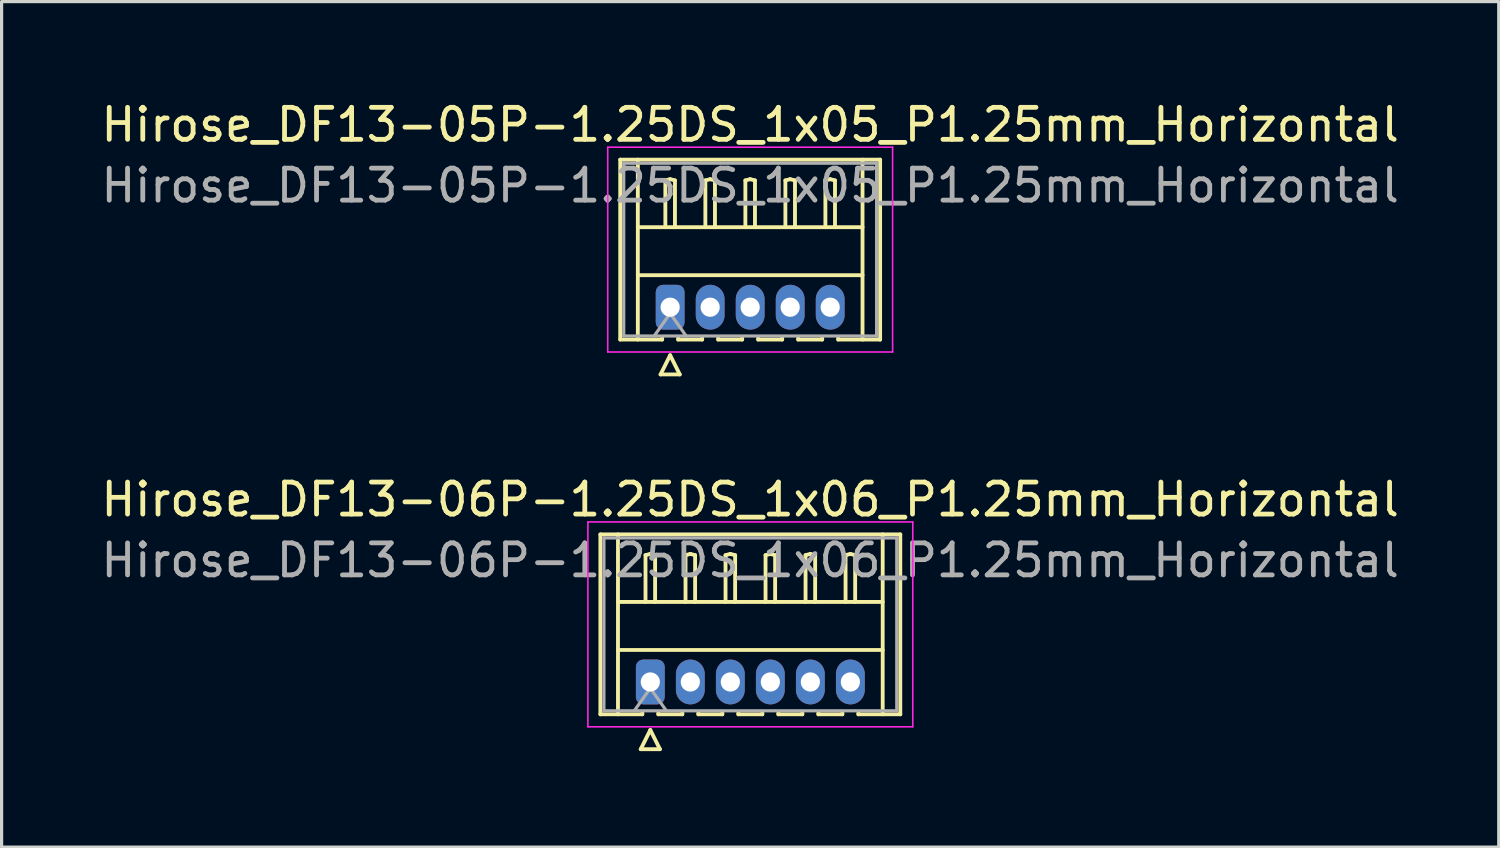
<source format=kicad_pcb>
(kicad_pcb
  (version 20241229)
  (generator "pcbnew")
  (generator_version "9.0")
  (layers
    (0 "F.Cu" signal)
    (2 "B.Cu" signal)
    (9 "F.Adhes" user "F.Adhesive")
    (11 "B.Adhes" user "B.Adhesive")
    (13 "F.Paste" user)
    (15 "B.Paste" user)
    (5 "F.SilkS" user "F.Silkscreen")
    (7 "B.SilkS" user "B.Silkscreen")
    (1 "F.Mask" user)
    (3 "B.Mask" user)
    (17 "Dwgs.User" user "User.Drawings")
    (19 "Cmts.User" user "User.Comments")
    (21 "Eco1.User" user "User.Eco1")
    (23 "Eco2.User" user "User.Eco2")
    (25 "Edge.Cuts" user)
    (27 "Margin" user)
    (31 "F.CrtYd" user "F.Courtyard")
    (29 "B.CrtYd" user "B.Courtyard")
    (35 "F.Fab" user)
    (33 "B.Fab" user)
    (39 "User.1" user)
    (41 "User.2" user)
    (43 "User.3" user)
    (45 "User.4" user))
  (footprint "Hirose_DF13-05P-1.25DS_1x05_P1.25mm_Horizontal"
    (layer "F.Cu")
    (at 17.887 6.548)
    (property "Reference" "Hirose_DF13-05P-1.25DS_1x05_P1.25mm_Horizontal" (at 2.5 -5.7 0) (layer "F.SilkS") (effects (font (size 1 1) (thickness 0.15))))
    (attr through_hole)
    (fp_line (start -1.56 -4.61) (end 6.56 -4.61) (stroke (width 0.12) (type solid)) (layer "F.SilkS"))
    (fp_line (start -1.56 1.01) (end -1.56 -4.61) (stroke (width 0.12) (type solid)) (layer "F.SilkS"))
    (fp_line (start -1.01 -4.61) (end -1.01 1.01) (stroke (width 0.12) (type solid)) (layer "F.SilkS"))
    (fp_line (start -1.01 -2.5) (end 6.01 -2.5) (stroke (width 0.12) (type solid)) (layer "F.SilkS"))
    (fp_line (start -1.01 -1) (end 6.01 -1) (stroke (width 0.12) (type solid)) (layer "F.SilkS"))
    (fp_line (start -0.3 2.1) (end 0.3 2.1) (stroke (width 0.12) (type solid)) (layer "F.SilkS"))
    (fp_line (start -0.25 0.96) (end -0.25 1.01) (stroke (width 0.12) (type solid)) (layer "F.SilkS"))
    (fp_line (start -0.25 1.01) (end -1.56 1.01) (stroke (width 0.12) (type solid)) (layer "F.SilkS"))
    (fp_line (start -0.15 -3.962) (end 0 -4) (stroke (width 0.12) (type solid)) (layer "F.SilkS"))
    (fp_line (start -0.15 -2.5) (end -0.15 -3.962) (stroke (width 0.12) (type solid)) (layer "F.SilkS"))
    (fp_line (start 0 -4) (end 0.15 -3.962) (stroke (width 0.12) (type solid)) (layer "F.SilkS"))
    (fp_line (start 0 1.5) (end -0.3 2.1) (stroke (width 0.12) (type solid)) (layer "F.SilkS"))
    (fp_line (start 0.15 -3.962) (end 0.15 -2.5) (stroke (width 0.12) (type solid)) (layer "F.SilkS"))
    (fp_line (start 0.25 0.96) (end 0.25 1.01) (stroke (width 0.12) (type solid)) (layer "F.SilkS"))
    (fp_line (start 0.25 1.01) (end 1 1.01) (stroke (width 0.12) (type solid)) (layer "F.SilkS"))
    (fp_line (start 0.3 2.1) (end 0 1.5) (stroke (width 0.12) (type solid)) (layer "F.SilkS"))
    (fp_line (start 1 1.01) (end 1 0.96) (stroke (width 0.12) (type solid)) (layer "F.SilkS"))
    (fp_line (start 1.1 -3.962) (end 1.25 -4) (stroke (width 0.12) (type solid)) (layer "F.SilkS"))
    (fp_line (start 1.1 -2.5) (end 1.1 -3.962) (stroke (width 0.12) (type solid)) (layer "F.SilkS"))
    (fp_line (start 1.25 -4) (end 1.4 -3.962) (stroke (width 0.12) (type solid)) (layer "F.SilkS"))
    (fp_line (start 1.4 -3.962) (end 1.4 -2.5) (stroke (width 0.12) (type solid)) (layer "F.SilkS"))
    (fp_line (start 1.5 0.96) (end 1.5 1.01) (stroke (width 0.12) (type solid)) (layer "F.SilkS"))
    (fp_line (start 1.5 1.01) (end 2.25 1.01) (stroke (width 0.12) (type solid)) (layer "F.SilkS"))
    (fp_line (start 2.25 1.01) (end 2.25 0.96) (stroke (width 0.12) (type solid)) (layer "F.SilkS"))
    (fp_line (start 2.35 -3.962) (end 2.5 -4) (stroke (width 0.12) (type solid)) (layer "F.SilkS"))
    (fp_line (start 2.35 -2.5) (end 2.35 -3.962) (stroke (width 0.12) (type solid)) (layer "F.SilkS"))
    (fp_line (start 2.5 -4) (end 2.65 -3.962) (stroke (width 0.12) (type solid)) (layer "F.SilkS"))
    (fp_line (start 2.65 -3.962) (end 2.65 -2.5) (stroke (width 0.12) (type solid)) (layer "F.SilkS"))
    (fp_line (start 2.75 0.96) (end 2.75 1.01) (stroke (width 0.12) (type solid)) (layer "F.SilkS"))
    (fp_line (start 2.75 1.01) (end 3.5 1.01) (stroke (width 0.12) (type solid)) (layer "F.SilkS"))
    (fp_line (start 3.5 1.01) (end 3.5 0.96) (stroke (width 0.12) (type solid)) (layer "F.SilkS"))
    (fp_line (start 3.6 -3.962) (end 3.75 -4) (stroke (width 0.12) (type solid)) (layer "F.SilkS"))
    (fp_line (start 3.6 -2.5) (end 3.6 -3.962) (stroke (width 0.12) (type solid)) (layer "F.SilkS"))
    (fp_line (start 3.75 -4) (end 3.9 -3.962) (stroke (width 0.12) (type solid)) (layer "F.SilkS"))
    (fp_line (start 3.9 -3.962) (end 3.9 -2.5) (stroke (width 0.12) (type solid)) (layer "F.SilkS"))
    (fp_line (start 4 0.96) (end 4 1.01) (stroke (width 0.12) (type solid)) (layer "F.SilkS"))
    (fp_line (start 4 1.01) (end 4.75 1.01) (stroke (width 0.12) (type solid)) (layer "F.SilkS"))
    (fp_line (start 4.75 1.01) (end 4.75 0.96) (stroke (width 0.12) (type solid)) (layer "F.SilkS"))
    (fp_line (start 4.85 -3.962) (end 5 -4) (stroke (width 0.12) (type solid)) (layer "F.SilkS"))
    (fp_line (start 4.85 -2.5) (end 4.85 -3.962) (stroke (width 0.12) (type solid)) (layer "F.SilkS"))
    (fp_line (start 5 -4) (end 5.15 -3.962) (stroke (width 0.12) (type solid)) (layer "F.SilkS"))
    (fp_line (start 5.15 -3.962) (end 5.15 -2.5) (stroke (width 0.12) (type solid)) (layer "F.SilkS"))
    (fp_line (start 5.25 1.01) (end 5.25 0.96) (stroke (width 0.12) (type solid)) (layer "F.SilkS"))
    (fp_line (start 6.01 -4.61) (end 6.01 1.01) (stroke (width 0.12) (type solid)) (layer "F.SilkS"))
    (fp_line (start 6.56 -4.61) (end 6.56 1.01) (stroke (width 0.12) (type solid)) (layer "F.SilkS"))
    (fp_line (start 6.56 1.01) (end 5.25 1.01) (stroke (width 0.12) (type solid)) (layer "F.SilkS"))
    (fp_line (start -1.95 -5) (end -1.95 1.4) (stroke (width 0.05) (type solid)) (layer "F.CrtYd"))
    (fp_line (start -1.95 1.4) (end 6.95 1.4) (stroke (width 0.05) (type solid)) (layer "F.CrtYd"))
    (fp_line (start 6.95 -5) (end -1.95 -5) (stroke (width 0.05) (type solid)) (layer "F.CrtYd"))
    (fp_line (start 6.95 1.4) (end 6.95 -5) (stroke (width 0.05) (type solid)) (layer "F.CrtYd"))
    (fp_line (start -1.45 -4.5) (end -1.45 0.9) (stroke (width 0.1) (type solid)) (layer "F.Fab"))
    (fp_line (start -1.45 0.9) (end 6.45 0.9) (stroke (width 0.1) (type solid)) (layer "F.Fab"))
    (fp_line (start -0.5 0.9) (end 0 0.193) (stroke (width 0.1) (type solid)) (layer "F.Fab"))
    (fp_line (start 0 0.193) (end 0.5 0.9) (stroke (width 0.1) (type solid)) (layer "F.Fab"))
    (fp_line (start 6.45 -4.5) (end -1.45 -4.5) (stroke (width 0.1) (type solid)) (layer "F.Fab"))
    (fp_line (start 6.45 0.9) (end 6.45 -4.5) (stroke (width 0.1) (type solid)) (layer "F.Fab"))
    (fp_text user "${REFERENCE}" (at 2.5 -3.8 0) (layer "F.Fab") (effects (font (size 1 1) (thickness 0.15))))
    (pad "1" thru_hole roundrect (at 0 0) (size 0.9 1.4) (drill 0.6) (layers "*.Cu" "*.Mask") (roundrect_rratio 0.25))
    (pad "2" thru_hole oval (at 1.25 0) (size 0.9 1.4) (drill 0.6) (layers "*.Cu" "*.Mask"))
    (pad "3" thru_hole oval (at 2.5 0) (size 0.9 1.4) (drill 0.6) (layers "*.Cu" "*.Mask"))
    (pad "4" thru_hole oval (at 3.75 0) (size 0.9 1.4) (drill 0.6) (layers "*.Cu" "*.Mask"))
    (pad "5" thru_hole oval (at 5 0) (size 0.9 1.4) (drill 0.6) (layers "*.Cu" "*.Mask")))
  (footprint "Hirose_DF13-06P-1.25DS_1x06_P1.25mm_Horizontal"
    (layer "F.Cu")
    (at 17.267 18.256)
    (property "Reference" "Hirose_DF13-06P-1.25DS_1x06_P1.25mm_Horizontal" (at 3.12 -5.7 0) (layer "F.SilkS") (effects (font (size 1 1) (thickness 0.15))))
    (attr through_hole)
    (fp_line (start -1.56 -4.61) (end 7.81 -4.61) (stroke (width 0.12) (type solid)) (layer "F.SilkS"))
    (fp_line (start -1.56 1.01) (end -1.56 -4.61) (stroke (width 0.12) (type solid)) (layer "F.SilkS"))
    (fp_line (start -1.01 -4.61) (end -1.01 1.01) (stroke (width 0.12) (type solid)) (layer "F.SilkS"))
    (fp_line (start -1.01 -2.5) (end 7.26 -2.5) (stroke (width 0.12) (type solid)) (layer "F.SilkS"))
    (fp_line (start -1.01 -1) (end 7.26 -1) (stroke (width 0.12) (type solid)) (layer "F.SilkS"))
    (fp_line (start -0.3 2.1) (end 0.3 2.1) (stroke (width 0.12) (type solid)) (layer "F.SilkS"))
    (fp_line (start -0.25 0.96) (end -0.25 1.01) (stroke (width 0.12) (type solid)) (layer "F.SilkS"))
    (fp_line (start -0.25 1.01) (end -1.56 1.01) (stroke (width 0.12) (type solid)) (layer "F.SilkS"))
    (fp_line (start -0.15 -3.962) (end 0 -4) (stroke (width 0.12) (type solid)) (layer "F.SilkS"))
    (fp_line (start -0.15 -2.5) (end -0.15 -3.962) (stroke (width 0.12) (type solid)) (layer "F.SilkS"))
    (fp_line (start 0 -4) (end 0.15 -3.962) (stroke (width 0.12) (type solid)) (layer "F.SilkS"))
    (fp_line (start 0 1.5) (end -0.3 2.1) (stroke (width 0.12) (type solid)) (layer "F.SilkS"))
    (fp_line (start 0.15 -3.962) (end 0.15 -2.5) (stroke (width 0.12) (type solid)) (layer "F.SilkS"))
    (fp_line (start 0.25 0.96) (end 0.25 1.01) (stroke (width 0.12) (type solid)) (layer "F.SilkS"))
    (fp_line (start 0.25 1.01) (end 1 1.01) (stroke (width 0.12) (type solid)) (layer "F.SilkS"))
    (fp_line (start 0.3 2.1) (end 0 1.5) (stroke (width 0.12) (type solid)) (layer "F.SilkS"))
    (fp_line (start 1 1.01) (end 1 0.96) (stroke (width 0.12) (type solid)) (layer "F.SilkS"))
    (fp_line (start 1.1 -3.962) (end 1.25 -4) (stroke (width 0.12) (type solid)) (layer "F.SilkS"))
    (fp_line (start 1.1 -2.5) (end 1.1 -3.962) (stroke (width 0.12) (type solid)) (layer "F.SilkS"))
    (fp_line (start 1.25 -4) (end 1.4 -3.962) (stroke (width 0.12) (type solid)) (layer "F.SilkS"))
    (fp_line (start 1.4 -3.962) (end 1.4 -2.5) (stroke (width 0.12) (type solid)) (layer "F.SilkS"))
    (fp_line (start 1.5 0.96) (end 1.5 1.01) (stroke (width 0.12) (type solid)) (layer "F.SilkS"))
    (fp_line (start 1.5 1.01) (end 2.25 1.01) (stroke (width 0.12) (type solid)) (layer "F.SilkS"))
    (fp_line (start 2.25 1.01) (end 2.25 0.96) (stroke (width 0.12) (type solid)) (layer "F.SilkS"))
    (fp_line (start 2.35 -3.962) (end 2.5 -4) (stroke (width 0.12) (type solid)) (layer "F.SilkS"))
    (fp_line (start 2.35 -2.5) (end 2.35 -3.962) (stroke (width 0.12) (type solid)) (layer "F.SilkS"))
    (fp_line (start 2.5 -4) (end 2.65 -3.962) (stroke (width 0.12) (type solid)) (layer "F.SilkS"))
    (fp_line (start 2.65 -3.962) (end 2.65 -2.5) (stroke (width 0.12) (type solid)) (layer "F.SilkS"))
    (fp_line (start 2.75 0.96) (end 2.75 1.01) (stroke (width 0.12) (type solid)) (layer "F.SilkS"))
    (fp_line (start 2.75 1.01) (end 3.5 1.01) (stroke (width 0.12) (type solid)) (layer "F.SilkS"))
    (fp_line (start 3.5 1.01) (end 3.5 0.96) (stroke (width 0.12) (type solid)) (layer "F.SilkS"))
    (fp_line (start 3.6 -3.962) (end 3.75 -4) (stroke (width 0.12) (type solid)) (layer "F.SilkS"))
    (fp_line (start 3.6 -2.5) (end 3.6 -3.962) (stroke (width 0.12) (type solid)) (layer "F.SilkS"))
    (fp_line (start 3.75 -4) (end 3.9 -3.962) (stroke (width 0.12) (type solid)) (layer "F.SilkS"))
    (fp_line (start 3.9 -3.962) (end 3.9 -2.5) (stroke (width 0.12) (type solid)) (layer "F.SilkS"))
    (fp_line (start 4 0.96) (end 4 1.01) (stroke (width 0.12) (type solid)) (layer "F.SilkS"))
    (fp_line (start 4 1.01) (end 4.75 1.01) (stroke (width 0.12) (type solid)) (layer "F.SilkS"))
    (fp_line (start 4.75 1.01) (end 4.75 0.96) (stroke (width 0.12) (type solid)) (layer "F.SilkS"))
    (fp_line (start 4.85 -3.962) (end 5 -4) (stroke (width 0.12) (type solid)) (layer "F.SilkS"))
    (fp_line (start 4.85 -2.5) (end 4.85 -3.962) (stroke (width 0.12) (type solid)) (layer "F.SilkS"))
    (fp_line (start 5 -4) (end 5.15 -3.962) (stroke (width 0.12) (type solid)) (layer "F.SilkS"))
    (fp_line (start 5.15 -3.962) (end 5.15 -2.5) (stroke (width 0.12) (type solid)) (layer "F.SilkS"))
    (fp_line (start 5.25 0.96) (end 5.25 1.01) (stroke (width 0.12) (type solid)) (layer "F.SilkS"))
    (fp_line (start 5.25 1.01) (end 6 1.01) (stroke (width 0.12) (type solid)) (layer "F.SilkS"))
    (fp_line (start 6 1.01) (end 6 0.96) (stroke (width 0.12) (type solid)) (layer "F.SilkS"))
    (fp_line (start 6.1 -3.962) (end 6.25 -4) (stroke (width 0.12) (type solid)) (layer "F.SilkS"))
    (fp_line (start 6.1 -2.5) (end 6.1 -3.962) (stroke (width 0.12) (type solid)) (layer "F.SilkS"))
    (fp_line (start 6.25 -4) (end 6.4 -3.962) (stroke (width 0.12) (type solid)) (layer "F.SilkS"))
    (fp_line (start 6.4 -3.962) (end 6.4 -2.5) (stroke (width 0.12) (type solid)) (layer "F.SilkS"))
    (fp_line (start 6.5 1.01) (end 6.5 0.96) (stroke (width 0.12) (type solid)) (layer "F.SilkS"))
    (fp_line (start 7.26 -4.61) (end 7.26 1.01) (stroke (width 0.12) (type solid)) (layer "F.SilkS"))
    (fp_line (start 7.81 -4.61) (end 7.81 1.01) (stroke (width 0.12) (type solid)) (layer "F.SilkS"))
    (fp_line (start 7.81 1.01) (end 6.5 1.01) (stroke (width 0.12) (type solid)) (layer "F.SilkS"))
    (fp_line (start -1.95 -5) (end -1.95 1.4) (stroke (width 0.05) (type solid)) (layer "F.CrtYd"))
    (fp_line (start -1.95 1.4) (end 8.2 1.4) (stroke (width 0.05) (type solid)) (layer "F.CrtYd"))
    (fp_line (start 8.2 -5) (end -1.95 -5) (stroke (width 0.05) (type solid)) (layer "F.CrtYd"))
    (fp_line (start 8.2 1.4) (end 8.2 -5) (stroke (width 0.05) (type solid)) (layer "F.CrtYd"))
    (fp_line (start -1.45 -4.5) (end -1.45 0.9) (stroke (width 0.1) (type solid)) (layer "F.Fab"))
    (fp_line (start -1.45 0.9) (end 7.7 0.9) (stroke (width 0.1) (type solid)) (layer "F.Fab"))
    (fp_line (start -0.5 0.9) (end 0 0.193) (stroke (width 0.1) (type solid)) (layer "F.Fab"))
    (fp_line (start 0 0.193) (end 0.5 0.9) (stroke (width 0.1) (type solid)) (layer "F.Fab"))
    (fp_line (start 7.7 -4.5) (end -1.45 -4.5) (stroke (width 0.1) (type solid)) (layer "F.Fab"))
    (fp_line (start 7.7 0.9) (end 7.7 -4.5) (stroke (width 0.1) (type solid)) (layer "F.Fab"))
    (fp_text user "${REFERENCE}" (at 3.12 -3.8 0) (layer "F.Fab") (effects (font (size 1 1) (thickness 0.15))))
    (pad "1" thru_hole roundrect (at 0 0) (size 0.9 1.4) (drill 0.6) (layers "*.Cu" "*.Mask") (roundrect_rratio 0.25))
    (pad "2" thru_hole oval (at 1.25 0) (size 0.9 1.4) (drill 0.6) (layers "*.Cu" "*.Mask"))
    (pad "3" thru_hole oval (at 2.5 0) (size 0.9 1.4) (drill 0.6) (layers "*.Cu" "*.Mask"))
    (pad "4" thru_hole oval (at 3.75 0) (size 0.9 1.4) (drill 0.6) (layers "*.Cu" "*.Mask"))
    (pad "5" thru_hole oval (at 5 0) (size 0.9 1.4) (drill 0.6) (layers "*.Cu" "*.Mask"))
    (pad "6" thru_hole oval (at 6.25 0) (size 0.9 1.4) (drill 0.6) (layers "*.Cu" "*.Mask")))
  (gr_rect
    (start -3 -3)
    (end 43.774 23.416)
    (stroke (width 0.1) (type default))
    (fill no)
    (layer "Edge.Cuts")))
</source>
